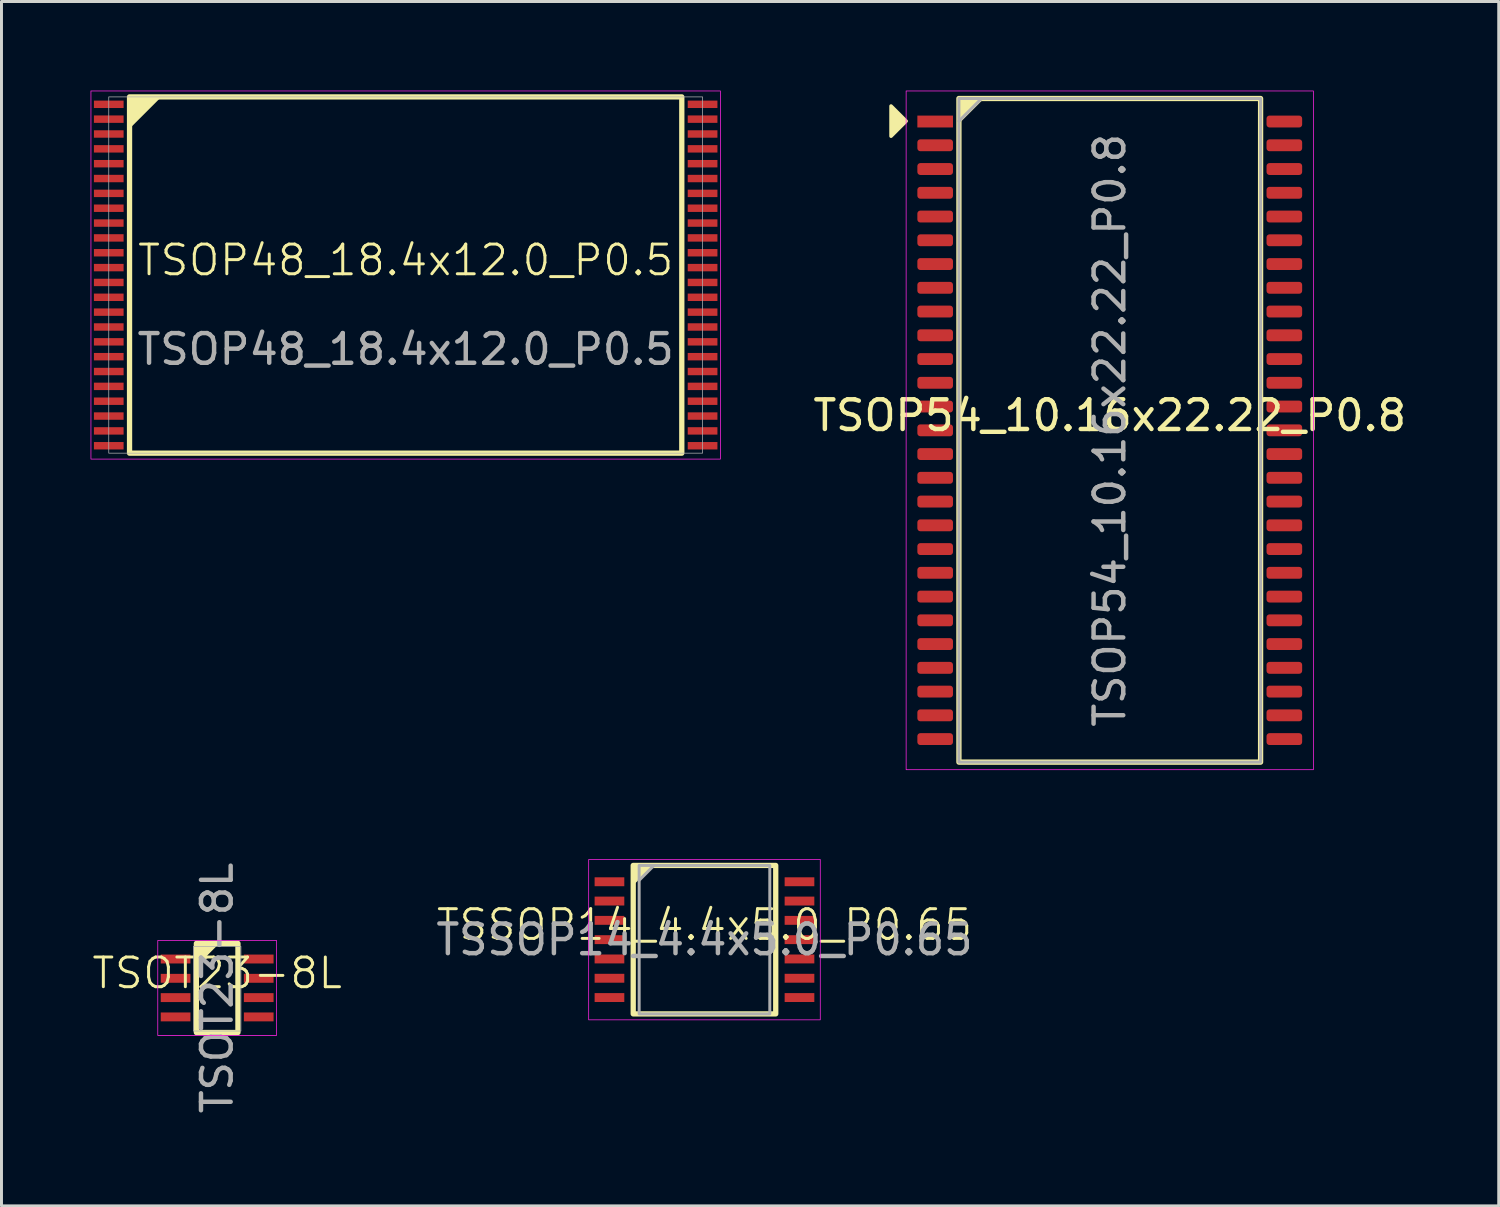
<source format=kicad_pcb>
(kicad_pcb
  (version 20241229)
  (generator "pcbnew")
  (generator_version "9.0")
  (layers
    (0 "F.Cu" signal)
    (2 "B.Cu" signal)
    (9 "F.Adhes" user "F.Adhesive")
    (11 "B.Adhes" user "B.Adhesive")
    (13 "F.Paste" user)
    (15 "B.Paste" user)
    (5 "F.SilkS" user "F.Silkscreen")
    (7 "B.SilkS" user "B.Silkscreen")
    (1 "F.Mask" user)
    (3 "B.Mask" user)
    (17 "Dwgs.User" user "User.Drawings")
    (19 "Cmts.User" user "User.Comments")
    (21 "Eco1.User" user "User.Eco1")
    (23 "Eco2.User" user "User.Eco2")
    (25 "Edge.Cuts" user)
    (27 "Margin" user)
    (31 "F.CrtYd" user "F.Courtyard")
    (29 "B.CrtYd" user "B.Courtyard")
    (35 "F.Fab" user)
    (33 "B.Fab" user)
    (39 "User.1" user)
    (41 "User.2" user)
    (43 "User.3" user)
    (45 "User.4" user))
  (footprint "TSOT23-8L"
    (layer "F.Cu")
    (at 4.264 30.225)
    (property "Reference" "TSOT23-8L" (at 0 -0.5 0) (unlocked yes) (layer "F.SilkS") (effects (font (size 1 1) (thickness 0.1))))
    (attr smd)
    (fp_rect (start -0.7 -1.5) (end 0.7 1.5) (stroke (width 0.178) (type solid)) (fill no) (layer "F.SilkS"))
    (fp_poly (pts (xy -0.7 -1.5) (xy -0.7 -0.8) (xy 0 -1.5)) (stroke (width 0.1) (type solid)) (fill yes) (layer "F.SilkS"))
    (fp_rect (start -2 -1.6) (end 2 1.6) (stroke (width 0.025) (type solid)) (fill no) (layer "F.CrtYd"))
    (fp_rect (start -0.8 -1.4) (end 0.8 1.45) (stroke (width 0.025) (type solid)) (fill no) (layer "F.Fab"))
    (fp_text user "${REFERENCE}" (at 0 0 90) (unlocked yes) (layer "F.Fab") (effects (font (size 1 1) (thickness 0.15))))
    (pad "1" smd rect (at -1.4 -0.975) (size 1 0.3) (layers "F.Cu" "F.Mask" "F.Paste"))
    (pad "2" smd rect (at -1.4 -0.325) (size 1 0.3) (layers "F.Cu" "F.Mask" "F.Paste"))
    (pad "3" smd rect (at -1.4 0.325) (size 1 0.3) (layers "F.Cu" "F.Mask" "F.Paste"))
    (pad "4" smd rect (at -1.4 0.975) (size 1 0.3) (layers "F.Cu" "F.Mask" "F.Paste"))
    (pad "5" smd rect (at 1.4 0.975) (size 1 0.3) (layers "F.Cu" "F.Mask" "F.Paste"))
    (pad "6" smd rect (at 1.4 0.325) (size 1 0.3) (layers "F.Cu" "F.Mask" "F.Paste"))
    (pad "7" smd rect (at 1.4 -0.325) (size 1 0.3) (layers "F.Cu" "F.Mask" "F.Paste"))
    (pad "8" smd rect (at 1.4 -0.975) (size 1 0.3) (layers "F.Cu" "F.Mask" "F.Paste")))
  (footprint "TSOP54_10.16x22.22_P0.8"
    (layer "F.Cu")
    (at 34.327 11.443)
    (property "Reference" "TSOP54_10.16x22.22_P0.8" (at 0 -0.5 0) (unlocked yes) (layer "F.SilkS") (effects (font (size 1 1) (thickness 0.15))))
    (attr smd)
    (fp_rect (start -5.08 -11.176) (end 5.08 11.176) (stroke (width 0.178) (type solid)) (fill no) (layer "F.SilkS"))
    (fp_poly (pts (xy -6.858 -10.414) (xy -7.366 -9.906) (xy -7.366 -10.922)) (stroke (width 0.12) (type solid)) (fill yes) (layer "F.SilkS"))
    (fp_poly (pts (xy -5.08 -10.414) (xy -5.08 -11.176) (xy -4.318 -11.176)) (stroke (width 0.12) (type solid)) (fill yes) (layer "F.SilkS"))
    (fp_rect (start -6.858 -11.43) (end 6.858 11.43) (stroke (width 0.025) (type solid)) (fill no) (layer "F.CrtYd"))
    (fp_line (start -5.08 -10.414) (end -4.318 -11.176) (stroke (width 0.1) (type solid)) (layer "F.Fab"))
    (fp_rect (start -5.08 -11.176) (end 5.08 11.176) (stroke (width 0.1) (type solid)) (fill no) (layer "F.Fab"))
    (fp_text user "${REFERENCE}" (at 0 0 90) (unlocked yes) (layer "F.Fab") (effects (font (size 1 1) (thickness 0.15))))
    (pad "1" smd rect (at -5.88 -10.4) (size 1.2 0.4) (layers "F.Cu" "F.Mask" "F.Paste"))
    (pad "2" smd roundrect (at -5.88 -9.6) (size 1.2 0.4) (layers "F.Cu" "F.Mask" "F.Paste") (roundrect_rratio 0.25))
    (pad "3" smd roundrect (at -5.88 -8.8) (size 1.2 0.4) (layers "F.Cu" "F.Mask" "F.Paste") (roundrect_rratio 0.25))
    (pad "4" smd roundrect (at -5.88 -8) (size 1.2 0.4) (layers "F.Cu" "F.Mask" "F.Paste") (roundrect_rratio 0.25))
    (pad "5" smd roundrect (at -5.88 -7.2) (size 1.2 0.4) (layers "F.Cu" "F.Mask" "F.Paste") (roundrect_rratio 0.25))
    (pad "6" smd roundrect (at -5.88 -6.4) (size 1.2 0.4) (layers "F.Cu" "F.Mask" "F.Paste") (roundrect_rratio 0.25))
    (pad "7" smd roundrect (at -5.88 -5.6) (size 1.2 0.4) (layers "F.Cu" "F.Mask" "F.Paste") (roundrect_rratio 0.25))
    (pad "8" smd roundrect (at -5.88 -4.8) (size 1.2 0.4) (layers "F.Cu" "F.Mask" "F.Paste") (roundrect_rratio 0.25))
    (pad "9" smd roundrect (at -5.88 -4) (size 1.2 0.4) (layers "F.Cu" "F.Mask" "F.Paste") (roundrect_rratio 0.25))
    (pad "10" smd roundrect (at -5.88 -3.2) (size 1.2 0.4) (layers "F.Cu" "F.Mask" "F.Paste") (roundrect_rratio 0.25))
    (pad "11" smd roundrect (at -5.88 -2.4) (size 1.2 0.4) (layers "F.Cu" "F.Mask" "F.Paste") (roundrect_rratio 0.25))
    (pad "12" smd roundrect (at -5.88 -1.6) (size 1.2 0.4) (layers "F.Cu" "F.Mask" "F.Paste") (roundrect_rratio 0.25))
    (pad "13" smd roundrect (at -5.88 -0.8) (size 1.2 0.4) (layers "F.Cu" "F.Mask" "F.Paste") (roundrect_rratio 0.25))
    (pad "14" smd roundrect (at -5.88 0) (size 1.2 0.4) (layers "F.Cu" "F.Mask" "F.Paste") (roundrect_rratio 0.25))
    (pad "15" smd roundrect (at -5.88 0.8) (size 1.2 0.4) (layers "F.Cu" "F.Mask" "F.Paste") (roundrect_rratio 0.25))
    (pad "16" smd roundrect (at -5.88 1.6) (size 1.2 0.4) (layers "F.Cu" "F.Mask" "F.Paste") (roundrect_rratio 0.25))
    (pad "17" smd roundrect (at -5.88 2.4) (size 1.2 0.4) (layers "F.Cu" "F.Mask" "F.Paste") (roundrect_rratio 0.25))
    (pad "18" smd roundrect (at -5.88 3.2) (size 1.2 0.4) (layers "F.Cu" "F.Mask" "F.Paste") (roundrect_rratio 0.25))
    (pad "19" smd roundrect (at -5.88 4) (size 1.2 0.4) (layers "F.Cu" "F.Mask" "F.Paste") (roundrect_rratio 0.25))
    (pad "20" smd roundrect (at -5.88 4.8) (size 1.2 0.4) (layers "F.Cu" "F.Mask" "F.Paste") (roundrect_rratio 0.25))
    (pad "21" smd roundrect (at -5.88 5.6) (size 1.2 0.4) (layers "F.Cu" "F.Mask" "F.Paste") (roundrect_rratio 0.25))
    (pad "22" smd roundrect (at -5.88 6.4) (size 1.2 0.4) (layers "F.Cu" "F.Mask" "F.Paste") (roundrect_rratio 0.25))
    (pad "23" smd roundrect (at -5.88 7.2) (size 1.2 0.4) (layers "F.Cu" "F.Mask" "F.Paste") (roundrect_rratio 0.25))
    (pad "24" smd roundrect (at -5.88 8) (size 1.2 0.4) (layers "F.Cu" "F.Mask" "F.Paste") (roundrect_rratio 0.25))
    (pad "25" smd roundrect (at -5.88 8.8) (size 1.2 0.4) (layers "F.Cu" "F.Mask" "F.Paste") (roundrect_rratio 0.25))
    (pad "26" smd roundrect (at -5.88 9.6) (size 1.2 0.4) (layers "F.Cu" "F.Mask" "F.Paste") (roundrect_rratio 0.25))
    (pad "27" smd roundrect (at -5.88 10.4) (size 1.2 0.4) (layers "F.Cu" "F.Mask" "F.Paste") (roundrect_rratio 0.25))
    (pad "28" smd roundrect (at 5.88 10.4) (size 1.2 0.4) (layers "F.Cu" "F.Mask" "F.Paste") (roundrect_rratio 0.25))
    (pad "29" smd roundrect (at 5.88 9.6) (size 1.2 0.4) (layers "F.Cu" "F.Mask" "F.Paste") (roundrect_rratio 0.25))
    (pad "30" smd roundrect (at 5.88 8.8) (size 1.2 0.4) (layers "F.Cu" "F.Mask" "F.Paste") (roundrect_rratio 0.25))
    (pad "31" smd roundrect (at 5.88 8) (size 1.2 0.4) (layers "F.Cu" "F.Mask" "F.Paste") (roundrect_rratio 0.25))
    (pad "32" smd roundrect (at 5.88 7.2) (size 1.2 0.4) (layers "F.Cu" "F.Mask" "F.Paste") (roundrect_rratio 0.25))
    (pad "33" smd roundrect (at 5.88 6.4) (size 1.2 0.4) (layers "F.Cu" "F.Mask" "F.Paste") (roundrect_rratio 0.25))
    (pad "34" smd roundrect (at 5.88 5.6) (size 1.2 0.4) (layers "F.Cu" "F.Mask" "F.Paste") (roundrect_rratio 0.25))
    (pad "35" smd roundrect (at 5.88 4.8) (size 1.2 0.4) (layers "F.Cu" "F.Mask" "F.Paste") (roundrect_rratio 0.25))
    (pad "36" smd roundrect (at 5.88 4) (size 1.2 0.4) (layers "F.Cu" "F.Mask" "F.Paste") (roundrect_rratio 0.25))
    (pad "37" smd roundrect (at 5.88 3.2) (size 1.2 0.4) (layers "F.Cu" "F.Mask" "F.Paste") (roundrect_rratio 0.25))
    (pad "38" smd roundrect (at 5.88 2.4) (size 1.2 0.4) (layers "F.Cu" "F.Mask" "F.Paste") (roundrect_rratio 0.25))
    (pad "39" smd roundrect (at 5.88 1.6) (size 1.2 0.4) (layers "F.Cu" "F.Mask" "F.Paste") (roundrect_rratio 0.25))
    (pad "40" smd roundrect (at 5.88 0.8) (size 1.2 0.4) (layers "F.Cu" "F.Mask" "F.Paste") (roundrect_rratio 0.25))
    (pad "41" smd roundrect (at 5.88 0) (size 1.2 0.4) (layers "F.Cu" "F.Mask" "F.Paste") (roundrect_rratio 0.25))
    (pad "42" smd roundrect (at 5.88 -0.8) (size 1.2 0.4) (layers "F.Cu" "F.Mask" "F.Paste") (roundrect_rratio 0.25))
    (pad "43" smd roundrect (at 5.88 -1.6) (size 1.2 0.4) (layers "F.Cu" "F.Mask" "F.Paste") (roundrect_rratio 0.25))
    (pad "44" smd roundrect (at 5.88 -2.4) (size 1.2 0.4) (layers "F.Cu" "F.Mask" "F.Paste") (roundrect_rratio 0.25))
    (pad "45" smd roundrect (at 5.88 -3.2) (size 1.2 0.4) (layers "F.Cu" "F.Mask" "F.Paste") (roundrect_rratio 0.25))
    (pad "46" smd roundrect (at 5.88 -4) (size 1.2 0.4) (layers "F.Cu" "F.Mask" "F.Paste") (roundrect_rratio 0.25))
    (pad "47" smd roundrect (at 5.88 -4.8) (size 1.2 0.4) (layers "F.Cu" "F.Mask" "F.Paste") (roundrect_rratio 0.25))
    (pad "48" smd roundrect (at 5.88 -5.6) (size 1.2 0.4) (layers "F.Cu" "F.Mask" "F.Paste") (roundrect_rratio 0.25))
    (pad "49" smd roundrect (at 5.88 -6.4) (size 1.2 0.4) (layers "F.Cu" "F.Mask" "F.Paste") (roundrect_rratio 0.25))
    (pad "50" smd roundrect (at 5.88 -7.2) (size 1.2 0.4) (layers "F.Cu" "F.Mask" "F.Paste") (roundrect_rratio 0.25))
    (pad "51" smd roundrect (at 5.88 -8) (size 1.2 0.4) (layers "F.Cu" "F.Mask" "F.Paste") (roundrect_rratio 0.25))
    (pad "52" smd roundrect (at 5.88 -8.8) (size 1.2 0.4) (layers "F.Cu" "F.Mask" "F.Paste") (roundrect_rratio 0.25))
    (pad "53" smd roundrect (at 5.88 -9.6) (size 1.2 0.4) (layers "F.Cu" "F.Mask" "F.Paste") (roundrect_rratio 0.25))
    (pad "54" smd roundrect (at 5.88 -10.4) (size 1.2 0.4) (layers "F.Cu" "F.Mask" "F.Paste") (roundrect_rratio 0.25)))
  (footprint "TSOP48_18.4x12.0_P0.5"
    (layer "F.Cu")
    (at 10.613 6.213)
    (property "Reference" "TSOP48_18.4x12.0_P0.5" (at 0 -0.5 0) (unlocked yes) (layer "F.SilkS") (effects (font (size 1 1) (thickness 0.1))))
    (attr smd)
    (fp_rect (start -9.3 -6) (end 9.3 6) (stroke (width 0.178) (type solid)) (fill no) (layer "F.SilkS"))
    (fp_poly (pts (xy -9.3 -6) (xy -9.3 -5) (xy -8.3 -6)) (stroke (width 0.1) (type solid)) (fill yes) (layer "F.SilkS"))
    (fp_rect (start -10.6 -6.2) (end 10.6 6.2) (stroke (width 0.025) (type solid)) (fill no) (layer "F.CrtYd"))
    (fp_rect (start -10 -6) (end 10 6) (stroke (width 0.025) (type solid)) (fill no) (layer "F.Fab"))
    (fp_text user "${REFERENCE}" (at 0 2.5 0) (unlocked yes) (layer "F.Fab") (effects (font (size 1 1) (thickness 0.15))))
    (pad "1" smd rect (at -10 -5.75) (size 1 0.25) (layers "F.Cu" "F.Mask" "F.Paste"))
    (pad "2" smd rect (at -10 -5.25) (size 1 0.25) (layers "F.Cu" "F.Mask" "F.Paste"))
    (pad "3" smd rect (at -10 -4.75) (size 1 0.25) (layers "F.Cu" "F.Mask" "F.Paste"))
    (pad "4" smd rect (at -10 -4.25) (size 1 0.25) (layers "F.Cu" "F.Mask" "F.Paste"))
    (pad "5" smd rect (at -10 -3.75) (size 1 0.25) (layers "F.Cu" "F.Mask" "F.Paste"))
    (pad "6" smd rect (at -10 -3.25) (size 1 0.25) (layers "F.Cu" "F.Mask" "F.Paste"))
    (pad "7" smd rect (at -10 -2.75) (size 1 0.25) (layers "F.Cu" "F.Mask" "F.Paste"))
    (pad "8" smd rect (at -10 -2.25) (size 1 0.25) (layers "F.Cu" "F.Mask" "F.Paste"))
    (pad "9" smd rect (at -10 -1.75) (size 1 0.25) (layers "F.Cu" "F.Mask" "F.Paste"))
    (pad "10" smd rect (at -10 -1.25) (size 1 0.25) (layers "F.Cu" "F.Mask" "F.Paste"))
    (pad "11" smd rect (at -10 -0.75) (size 1 0.25) (layers "F.Cu" "F.Mask" "F.Paste"))
    (pad "12" smd rect (at -10 -0.25) (size 1 0.25) (layers "F.Cu" "F.Mask" "F.Paste"))
    (pad "13" smd rect (at -10 0.25) (size 1 0.25) (layers "F.Cu" "F.Mask" "F.Paste"))
    (pad "14" smd rect (at -10 0.75) (size 1 0.25) (layers "F.Cu" "F.Mask" "F.Paste"))
    (pad "15" smd rect (at -10 1.25) (size 1 0.25) (layers "F.Cu" "F.Mask" "F.Paste"))
    (pad "16" smd rect (at -10 1.75) (size 1 0.25) (layers "F.Cu" "F.Mask" "F.Paste"))
    (pad "17" smd rect (at -10 2.25) (size 1 0.25) (layers "F.Cu" "F.Mask" "F.Paste"))
    (pad "18" smd rect (at -10 2.75) (size 1 0.25) (layers "F.Cu" "F.Mask" "F.Paste"))
    (pad "19" smd rect (at -10 3.25) (size 1 0.25) (layers "F.Cu" "F.Mask" "F.Paste"))
    (pad "20" smd rect (at -10 3.75) (size 1 0.25) (layers "F.Cu" "F.Mask" "F.Paste"))
    (pad "21" smd rect (at -10 4.25) (size 1 0.25) (layers "F.Cu" "F.Mask" "F.Paste"))
    (pad "22" smd rect (at -10 4.75) (size 1 0.25) (layers "F.Cu" "F.Mask" "F.Paste"))
    (pad "23" smd rect (at -10 5.25) (size 1 0.25) (layers "F.Cu" "F.Mask" "F.Paste"))
    (pad "24" smd rect (at -10 5.75) (size 1 0.25) (layers "F.Cu" "F.Mask" "F.Paste"))
    (pad "25" smd rect (at 10 5.75) (size 1 0.25) (layers "F.Cu" "F.Mask" "F.Paste"))
    (pad "26" smd rect (at 10 5.25) (size 1 0.25) (layers "F.Cu" "F.Mask" "F.Paste"))
    (pad "27" smd rect (at 10 4.75) (size 1 0.25) (layers "F.Cu" "F.Mask" "F.Paste"))
    (pad "28" smd rect (at 10 4.25) (size 1 0.25) (layers "F.Cu" "F.Mask" "F.Paste"))
    (pad "29" smd rect (at 10 3.75) (size 1 0.25) (layers "F.Cu" "F.Mask" "F.Paste"))
    (pad "30" smd rect (at 10 3.25) (size 1 0.25) (layers "F.Cu" "F.Mask" "F.Paste"))
    (pad "31" smd rect (at 10 2.75) (size 1 0.25) (layers "F.Cu" "F.Mask" "F.Paste"))
    (pad "32" smd rect (at 10 2.25) (size 1 0.25) (layers "F.Cu" "F.Mask" "F.Paste"))
    (pad "33" smd rect (at 10 1.75) (size 1 0.25) (layers "F.Cu" "F.Mask" "F.Paste"))
    (pad "34" smd rect (at 10 1.25) (size 1 0.25) (layers "F.Cu" "F.Mask" "F.Paste"))
    (pad "35" smd rect (at 10 0.75) (size 1 0.25) (layers "F.Cu" "F.Mask" "F.Paste"))
    (pad "36" smd rect (at 10 0.25) (size 1 0.25) (layers "F.Cu" "F.Mask" "F.Paste"))
    (pad "37" smd rect (at 10 -0.25) (size 1 0.25) (layers "F.Cu" "F.Mask" "F.Paste"))
    (pad "38" smd rect (at 10 -0.75) (size 1 0.25) (layers "F.Cu" "F.Mask" "F.Paste"))
    (pad "39" smd rect (at 10 -1.25) (size 1 0.25) (layers "F.Cu" "F.Mask" "F.Paste"))
    (pad "40" smd rect (at 10 -1.75) (size 1 0.25) (layers "F.Cu" "F.Mask" "F.Paste"))
    (pad "41" smd rect (at 10 -2.25) (size 1 0.25) (layers "F.Cu" "F.Mask" "F.Paste"))
    (pad "42" smd rect (at 10 -2.75) (size 1 0.25) (layers "F.Cu" "F.Mask" "F.Paste"))
    (pad "43" smd rect (at 10 -3.25) (size 1 0.25) (layers "F.Cu" "F.Mask" "F.Paste"))
    (pad "44" smd rect (at 10 -3.75) (size 1 0.25) (layers "F.Cu" "F.Mask" "F.Paste"))
    (pad "45" smd rect (at 10 -4.25) (size 1 0.25) (layers "F.Cu" "F.Mask" "F.Paste"))
    (pad "46" smd rect (at 10 -4.75) (size 1 0.25) (layers "F.Cu" "F.Mask" "F.Paste"))
    (pad "47" smd rect (at 10 -5.25) (size 1 0.25) (layers "F.Cu" "F.Mask" "F.Paste"))
    (pad "48" smd rect (at 10 -5.75) (size 1 0.25) (layers "F.Cu" "F.Mask" "F.Paste")))
  (footprint "TSSOP14_4.4x5.0_P0.65"
    (layer "F.Cu")
    (at 20.677 28.598)
    (property "Reference" "TSSOP14_4.4x5.0_P0.65" (at 0 -0.5 0) (unlocked yes) (layer "F.SilkS") (effects (font (size 1 1) (thickness 0.1))))
    (attr smd)
    (fp_rect (start -2.4 -2.5) (end 2.4 2.5) (stroke (width 0.178) (type default)) (fill no) (layer "F.SilkS"))
    (fp_poly (pts (xy -2.4 -2.5) (xy -2.4 -1.9) (xy -1.8 -2.5)) (stroke (width 0.1) (type solid)) (fill yes) (layer "F.SilkS"))
    (fp_rect (start -3.9 -2.7) (end 3.9 2.7) (stroke (width 0.025) (type default)) (fill no) (layer "F.CrtYd"))
    (fp_line (start -2.2 -2) (end -1.7 -2.5) (stroke (width 0.1) (type default)) (layer "F.Fab"))
    (fp_rect (start -2.2 -2.5) (end 2.2 2.5) (stroke (width 0.1) (type default)) (fill no) (layer "F.Fab"))
    (fp_text user "${REFERENCE}" (at 0 0 0) (unlocked yes) (layer "F.Fab") (effects (font (size 1 1) (thickness 0.15))))
    (pad "1" smd rect (at -3.2 -1.95) (size 1 0.3) (layers "F.Cu" "F.Mask" "F.Paste"))
    (pad "2" smd rect (at -3.2 -1.3) (size 1 0.3) (layers "F.Cu" "F.Mask" "F.Paste"))
    (pad "3" smd rect (at -3.2 -0.65) (size 1 0.3) (layers "F.Cu" "F.Mask" "F.Paste"))
    (pad "4" smd rect (at -3.2 0) (size 1 0.3) (layers "F.Cu" "F.Mask" "F.Paste"))
    (pad "5" smd rect (at -3.2 0.65) (size 1 0.3) (layers "F.Cu" "F.Mask" "F.Paste"))
    (pad "6" smd rect (at -3.2 1.3) (size 1 0.3) (layers "F.Cu" "F.Mask" "F.Paste"))
    (pad "7" smd rect (at -3.2 1.95) (size 1 0.3) (layers "F.Cu" "F.Mask" "F.Paste"))
    (pad "8" smd rect (at 3.2 1.95) (size 1 0.3) (layers "F.Cu" "F.Mask" "F.Paste"))
    (pad "9" smd rect (at 3.2 1.3) (size 1 0.3) (layers "F.Cu" "F.Mask" "F.Paste"))
    (pad "10" smd rect (at 3.2 0.65) (size 1 0.3) (layers "F.Cu" "F.Mask" "F.Paste"))
    (pad "11" smd rect (at 3.2 0) (size 1 0.3) (layers "F.Cu" "F.Mask" "F.Paste"))
    (pad "12" smd rect (at 3.2 -0.65) (size 1 0.3) (layers "F.Cu" "F.Mask" "F.Paste"))
    (pad "13" smd rect (at 3.2 -1.3) (size 1 0.3) (layers "F.Cu" "F.Mask" "F.Paste"))
    (pad "14" smd rect (at 3.2 -1.95) (size 1 0.3) (layers "F.Cu" "F.Mask" "F.Paste")))
  (gr_rect
    (start -3 -3)
    (end 47.428 37.564)
    (stroke (width 0.1) (type default))
    (fill no)
    (layer "Edge.Cuts")))
</source>
